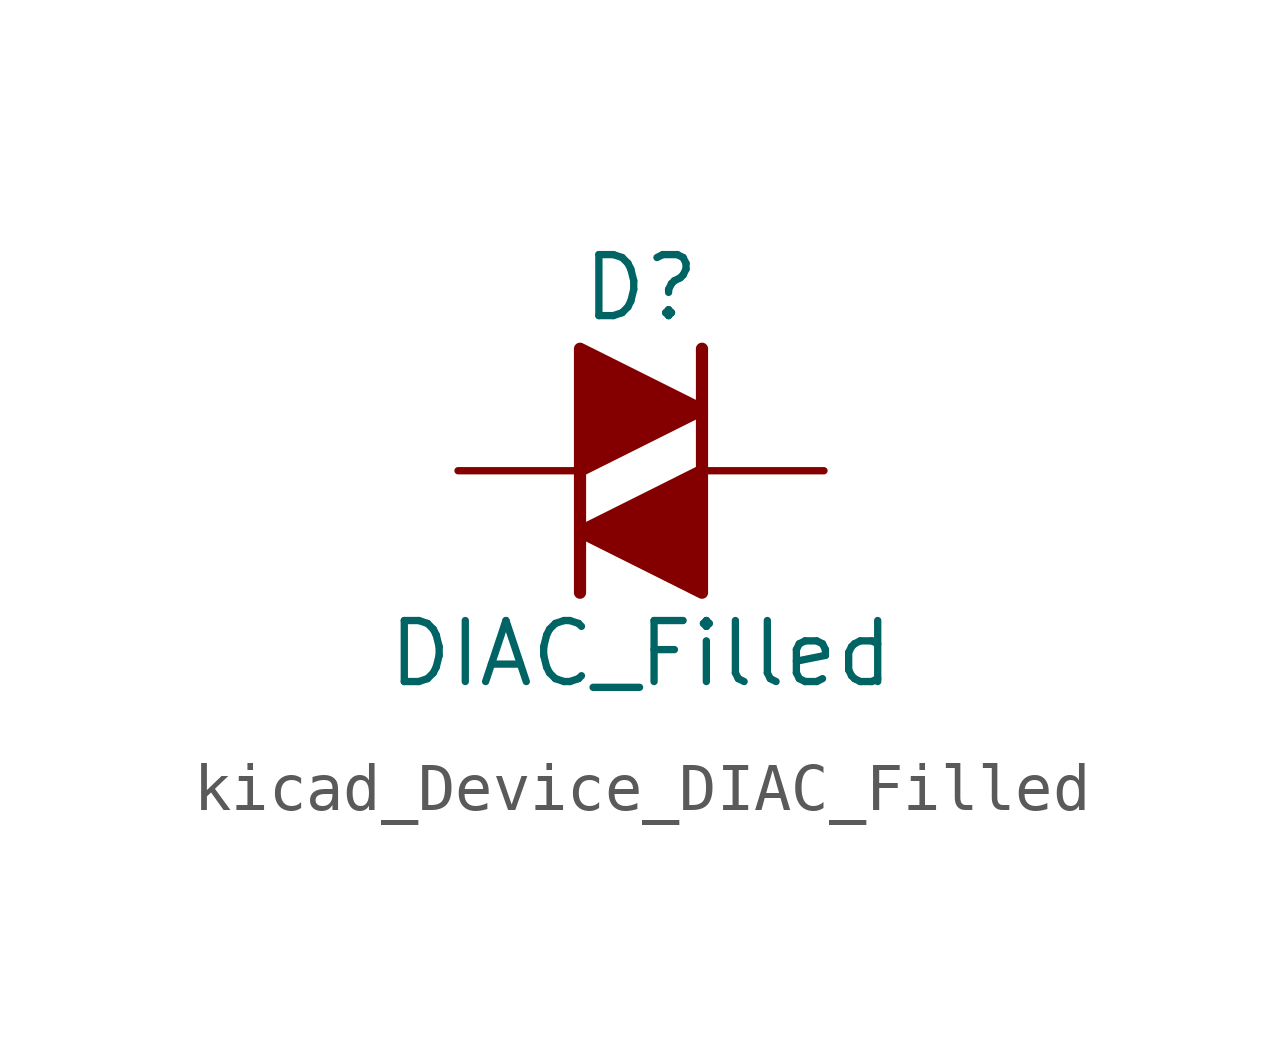
<source format=kicad_sym>
(kicad_symbol_lib
  (version 20220914)
  (generator kicad_symbol_editor)
  (symbol "kicad_Device_DIAC_Filled"
    (pin_numbers hide)
    (pin_names
      (offset 1.016) hide)
    (property "Reference" "D"
      (at 0 3.81 0)
      (effects (font (size 1.27 1.27))))
    (property "Value" "DIAC_Filled"
      (at 0 -3.81 0)
      (effects (font (size 1.27 1.27))))
    (symbol "kicad_Device_DIAC_Filled_0_1"
      (polyline (pts (xy -1.27 -2.54) (xy -1.27 2.54) (xy 1.27 1.27) (xy -1.27 0)) (stroke (width 0.254) (type default)) (fill (type outline)))
      (polyline (pts (xy 1.27 2.54) (xy 1.27 -2.54) (xy -1.27 -1.27) (xy 1.27 0)) (stroke (width 0.254) (type default)) (fill (type outline))))
    (symbol "kicad_Device_DIAC_Filled_1_1"
      (pin passive line (at -3.81 0 0) (length 2.54) (name "K" (effects (font (size 1.27 1.27)))) (number "1" (effects (font (size 1.27 1.27)))))
      (pin passive line (at 3.81 0 180) (length 2.54) (name "A" (effects (font (size 1.27 1.27)))) (number "2" (effects (font (size 1.27 1.27))))))))
</source>
